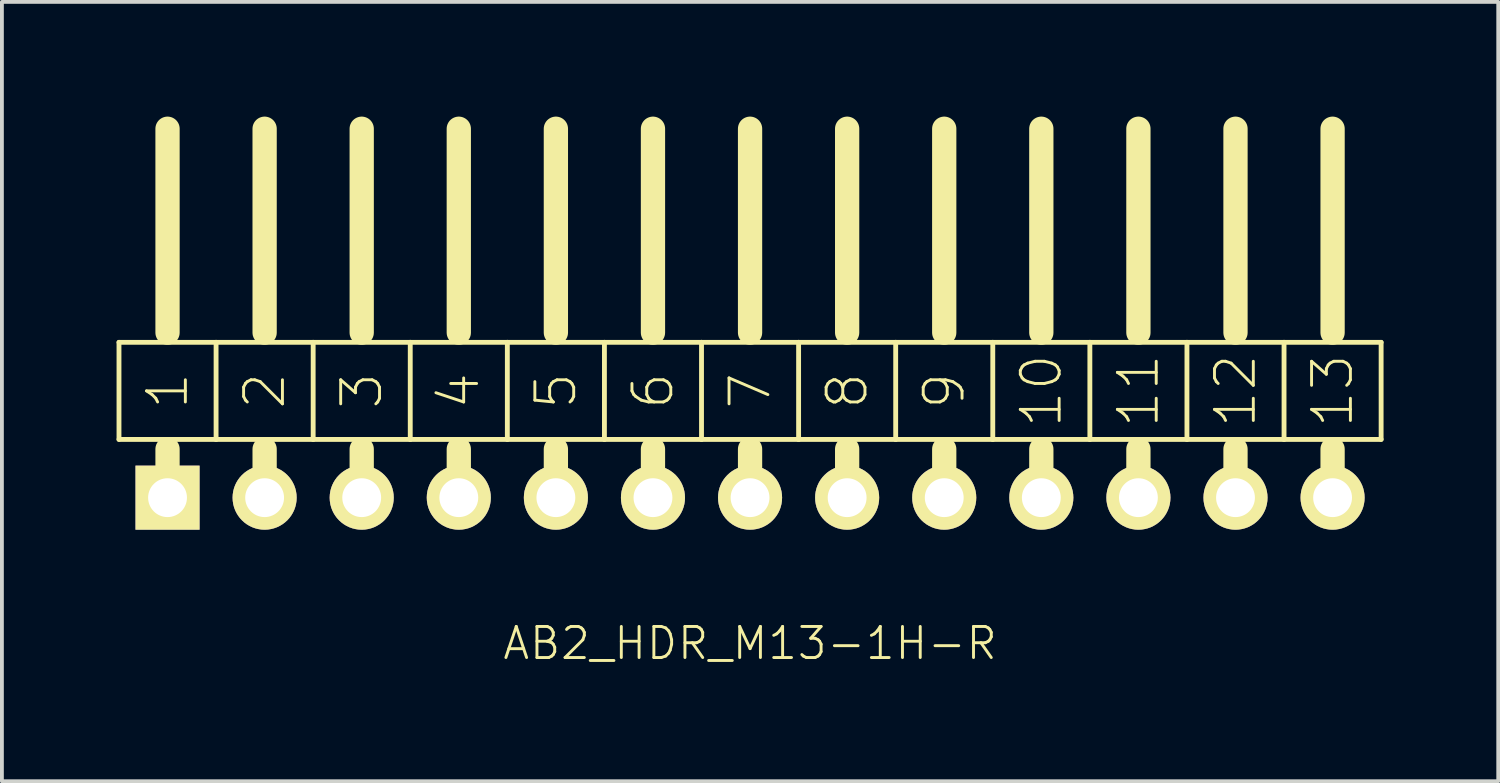
<source format=kicad_pcb>
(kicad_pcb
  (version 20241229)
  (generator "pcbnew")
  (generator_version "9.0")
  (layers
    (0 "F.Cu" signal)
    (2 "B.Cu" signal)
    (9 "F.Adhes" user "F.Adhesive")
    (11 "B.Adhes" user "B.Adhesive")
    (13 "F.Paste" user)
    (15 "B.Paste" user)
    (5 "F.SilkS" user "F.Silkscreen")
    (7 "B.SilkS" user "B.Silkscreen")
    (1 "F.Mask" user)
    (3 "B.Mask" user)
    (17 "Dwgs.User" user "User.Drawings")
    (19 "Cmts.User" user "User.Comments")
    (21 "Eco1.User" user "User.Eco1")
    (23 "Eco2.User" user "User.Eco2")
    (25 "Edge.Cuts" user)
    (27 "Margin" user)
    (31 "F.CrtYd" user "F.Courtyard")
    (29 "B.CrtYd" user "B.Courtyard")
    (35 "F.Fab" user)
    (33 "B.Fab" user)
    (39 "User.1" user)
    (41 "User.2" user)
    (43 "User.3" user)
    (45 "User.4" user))
  (footprint "AB2_HDR_M13-1H-R"
    (layer "F.Cu")
    (at 16.573 9.97)
    (property "Reference" "AB2_HDR_M13-1H-R" (at 0 3.81 0) (layer "F.SilkS") (effects (font (size 0.813 0.813) (thickness 0.076))))
    (attr through_hole)
    (fp_line (start -16.51 -4.064) (end -16.51 -1.524) (stroke (width 0.127) (type solid)) (layer "F.SilkS"))
    (fp_line (start -16.51 -1.524) (end -15.24 -1.524) (stroke (width 0.127) (type solid)) (layer "F.SilkS"))
    (fp_line (start -15.24 -4.318) (end -15.24 -9.652) (stroke (width 0.635) (type solid)) (layer "F.SilkS"))
    (fp_line (start -15.24 -1.524) (end -13.97 -1.524) (stroke (width 0.127) (type solid)) (layer "F.SilkS"))
    (fp_line (start -15.24 -1.27) (end -15.24 0) (stroke (width 0.635) (type solid)) (layer "F.SilkS"))
    (fp_line (start -13.97 -4.064) (end -16.51 -4.064) (stroke (width 0.127) (type solid)) (layer "F.SilkS"))
    (fp_line (start -13.97 -1.524) (end -13.97 -4.064) (stroke (width 0.127) (type solid)) (layer "F.SilkS"))
    (fp_line (start -13.97 -1.524) (end -12.7 -1.524) (stroke (width 0.127) (type solid)) (layer "F.SilkS"))
    (fp_line (start -12.7 -4.318) (end -12.7 -9.652) (stroke (width 0.635) (type solid)) (layer "F.SilkS"))
    (fp_line (start -12.7 -1.524) (end -11.43 -1.524) (stroke (width 0.127) (type solid)) (layer "F.SilkS"))
    (fp_line (start -12.7 -1.27) (end -12.7 0) (stroke (width 0.635) (type solid)) (layer "F.SilkS"))
    (fp_line (start -11.43 -4.064) (end -13.97 -4.064) (stroke (width 0.127) (type solid)) (layer "F.SilkS"))
    (fp_line (start -11.43 -1.524) (end -11.43 -4.064) (stroke (width 0.127) (type solid)) (layer "F.SilkS"))
    (fp_line (start -11.43 -1.524) (end -10.16 -1.524) (stroke (width 0.127) (type solid)) (layer "F.SilkS"))
    (fp_line (start -10.16 -4.318) (end -10.16 -9.652) (stroke (width 0.635) (type solid)) (layer "F.SilkS"))
    (fp_line (start -10.16 -1.524) (end -8.89 -1.524) (stroke (width 0.127) (type solid)) (layer "F.SilkS"))
    (fp_line (start -10.16 -1.27) (end -10.16 0) (stroke (width 0.635) (type solid)) (layer "F.SilkS"))
    (fp_line (start -8.89 -4.064) (end -11.43 -4.064) (stroke (width 0.127) (type solid)) (layer "F.SilkS"))
    (fp_line (start -8.89 -1.524) (end -8.89 -4.064) (stroke (width 0.127) (type solid)) (layer "F.SilkS"))
    (fp_line (start -8.89 -1.524) (end -7.62 -1.524) (stroke (width 0.127) (type solid)) (layer "F.SilkS"))
    (fp_line (start -7.62 -4.318) (end -7.62 -9.652) (stroke (width 0.635) (type solid)) (layer "F.SilkS"))
    (fp_line (start -7.62 -1.524) (end -6.35 -1.524) (stroke (width 0.127) (type solid)) (layer "F.SilkS"))
    (fp_line (start -7.62 -1.27) (end -7.62 0) (stroke (width 0.635) (type solid)) (layer "F.SilkS"))
    (fp_line (start -6.35 -4.064) (end -8.89 -4.064) (stroke (width 0.127) (type solid)) (layer "F.SilkS"))
    (fp_line (start -6.35 -1.524) (end -6.35 -4.064) (stroke (width 0.127) (type solid)) (layer "F.SilkS"))
    (fp_line (start -6.35 -1.524) (end -5.08 -1.524) (stroke (width 0.127) (type solid)) (layer "F.SilkS"))
    (fp_line (start -5.08 -4.318) (end -5.08 -9.652) (stroke (width 0.635) (type solid)) (layer "F.SilkS"))
    (fp_line (start -5.08 -1.524) (end -3.81 -1.524) (stroke (width 0.127) (type solid)) (layer "F.SilkS"))
    (fp_line (start -5.08 -1.27) (end -5.08 0) (stroke (width 0.635) (type solid)) (layer "F.SilkS"))
    (fp_line (start -3.81 -4.064) (end -6.35 -4.064) (stroke (width 0.127) (type solid)) (layer "F.SilkS"))
    (fp_line (start -3.81 -1.524) (end -3.81 -4.064) (stroke (width 0.127) (type solid)) (layer "F.SilkS"))
    (fp_line (start -3.81 -1.524) (end -2.54 -1.524) (stroke (width 0.127) (type solid)) (layer "F.SilkS"))
    (fp_line (start -2.54 -4.318) (end -2.54 -9.652) (stroke (width 0.635) (type solid)) (layer "F.SilkS"))
    (fp_line (start -2.54 -1.524) (end -1.27 -1.524) (stroke (width 0.127) (type solid)) (layer "F.SilkS"))
    (fp_line (start -2.54 -1.27) (end -2.54 0) (stroke (width 0.635) (type solid)) (layer "F.SilkS"))
    (fp_line (start -1.27 -4.064) (end -3.81 -4.064) (stroke (width 0.127) (type solid)) (layer "F.SilkS"))
    (fp_line (start -1.27 -1.524) (end -1.27 -4.064) (stroke (width 0.127) (type solid)) (layer "F.SilkS"))
    (fp_line (start -1.27 -1.524) (end 0 -1.524) (stroke (width 0.127) (type solid)) (layer "F.SilkS"))
    (fp_line (start 0 -4.318) (end 0 -9.652) (stroke (width 0.635) (type solid)) (layer "F.SilkS"))
    (fp_line (start 0 -1.524) (end 1.27 -1.524) (stroke (width 0.127) (type solid)) (layer "F.SilkS"))
    (fp_line (start 0 -1.27) (end 0 0) (stroke (width 0.635) (type solid)) (layer "F.SilkS"))
    (fp_line (start 1.27 -4.064) (end -1.27 -4.064) (stroke (width 0.127) (type solid)) (layer "F.SilkS"))
    (fp_line (start 1.27 -1.524) (end 1.27 -4.064) (stroke (width 0.127) (type solid)) (layer "F.SilkS"))
    (fp_line (start 1.27 -1.524) (end 2.54 -1.524) (stroke (width 0.127) (type solid)) (layer "F.SilkS"))
    (fp_line (start 2.54 -4.318) (end 2.54 -9.652) (stroke (width 0.635) (type solid)) (layer "F.SilkS"))
    (fp_line (start 2.54 -1.524) (end 3.81 -1.524) (stroke (width 0.127) (type solid)) (layer "F.SilkS"))
    (fp_line (start 2.54 -1.27) (end 2.54 0) (stroke (width 0.635) (type solid)) (layer "F.SilkS"))
    (fp_line (start 3.81 -4.064) (end 1.27 -4.064) (stroke (width 0.127) (type solid)) (layer "F.SilkS"))
    (fp_line (start 3.81 -1.524) (end 3.81 -4.064) (stroke (width 0.127) (type solid)) (layer "F.SilkS"))
    (fp_line (start 3.81 -1.524) (end 5.08 -1.524) (stroke (width 0.127) (type solid)) (layer "F.SilkS"))
    (fp_line (start 5.08 -4.318) (end 5.08 -9.652) (stroke (width 0.635) (type solid)) (layer "F.SilkS"))
    (fp_line (start 5.08 -1.524) (end 6.35 -1.524) (stroke (width 0.127) (type solid)) (layer "F.SilkS"))
    (fp_line (start 5.08 -1.27) (end 5.08 0) (stroke (width 0.635) (type solid)) (layer "F.SilkS"))
    (fp_line (start 6.35 -4.064) (end 3.81 -4.064) (stroke (width 0.127) (type solid)) (layer "F.SilkS"))
    (fp_line (start 6.35 -1.524) (end 6.35 -4.064) (stroke (width 0.127) (type solid)) (layer "F.SilkS"))
    (fp_line (start 6.35 -1.524) (end 7.62 -1.524) (stroke (width 0.127) (type solid)) (layer "F.SilkS"))
    (fp_line (start 7.62 -4.318) (end 7.62 -9.652) (stroke (width 0.635) (type solid)) (layer "F.SilkS"))
    (fp_line (start 7.62 -1.524) (end 8.89 -1.524) (stroke (width 0.127) (type solid)) (layer "F.SilkS"))
    (fp_line (start 7.62 -1.27) (end 7.62 0) (stroke (width 0.635) (type solid)) (layer "F.SilkS"))
    (fp_line (start 8.89 -4.064) (end 6.35 -4.064) (stroke (width 0.127) (type solid)) (layer "F.SilkS"))
    (fp_line (start 8.89 -1.524) (end 8.89 -4.064) (stroke (width 0.127) (type solid)) (layer "F.SilkS"))
    (fp_line (start 8.89 -1.524) (end 10.16 -1.524) (stroke (width 0.127) (type solid)) (layer "F.SilkS"))
    (fp_line (start 10.16 -4.318) (end 10.16 -9.652) (stroke (width 0.635) (type solid)) (layer "F.SilkS"))
    (fp_line (start 10.16 -1.524) (end 11.43 -1.524) (stroke (width 0.127) (type solid)) (layer "F.SilkS"))
    (fp_line (start 10.16 -1.27) (end 10.16 0) (stroke (width 0.635) (type solid)) (layer "F.SilkS"))
    (fp_line (start 11.43 -4.064) (end 8.89 -4.064) (stroke (width 0.127) (type solid)) (layer "F.SilkS"))
    (fp_line (start 11.43 -1.524) (end 11.43 -4.064) (stroke (width 0.127) (type solid)) (layer "F.SilkS"))
    (fp_line (start 11.43 -1.524) (end 12.7 -1.524) (stroke (width 0.127) (type solid)) (layer "F.SilkS"))
    (fp_line (start 12.7 -4.318) (end 12.7 -9.652) (stroke (width 0.635) (type solid)) (layer "F.SilkS"))
    (fp_line (start 12.7 -1.524) (end 13.97 -1.524) (stroke (width 0.127) (type solid)) (layer "F.SilkS"))
    (fp_line (start 12.7 -1.27) (end 12.7 0) (stroke (width 0.635) (type solid)) (layer "F.SilkS"))
    (fp_line (start 13.97 -4.064) (end 11.43 -4.064) (stroke (width 0.127) (type solid)) (layer "F.SilkS"))
    (fp_line (start 13.97 -1.524) (end 13.97 -4.064) (stroke (width 0.127) (type solid)) (layer "F.SilkS"))
    (fp_line (start 13.97 -1.524) (end 15.24 -1.524) (stroke (width 0.127) (type solid)) (layer "F.SilkS"))
    (fp_line (start 15.24 -4.318) (end 15.24 -9.652) (stroke (width 0.635) (type solid)) (layer "F.SilkS"))
    (fp_line (start 15.24 -1.524) (end 16.51 -1.524) (stroke (width 0.127) (type solid)) (layer "F.SilkS"))
    (fp_line (start 15.24 -1.27) (end 15.24 0) (stroke (width 0.635) (type solid)) (layer "F.SilkS"))
    (fp_line (start 16.51 -4.064) (end 13.97 -4.064) (stroke (width 0.127) (type solid)) (layer "F.SilkS"))
    (fp_line (start 16.51 -1.524) (end 16.51 -4.064) (stroke (width 0.127) (type solid)) (layer "F.SilkS"))
    (fp_text user "12" (at 12.7 -2.794 90) (layer "F.SilkS") (effects (font (size 1.016 1.016) (thickness 0.076))))
    (fp_text user "7" (at 0 -2.794 90) (layer "F.SilkS") (effects (font (size 1.016 1.016) (thickness 0.076))))
    (fp_text user "9" (at 5.08 -2.794 90) (layer "F.SilkS") (effects (font (size 1.016 1.016) (thickness 0.076))))
    (fp_text user "13" (at 15.24 -2.794 90) (layer "F.SilkS") (effects (font (size 1.016 1.016) (thickness 0.076))))
    (fp_text user "3" (at -10.16 -2.794 90) (layer "F.SilkS") (effects (font (size 1.016 1.016) (thickness 0.076))))
    (fp_text user "2" (at -12.7 -2.794 90) (layer "F.SilkS") (effects (font (size 1.016 1.016) (thickness 0.076))))
    (fp_text user "8" (at 2.54 -2.794 90) (layer "F.SilkS") (effects (font (size 1.016 1.016) (thickness 0.076))))
    (fp_text user "5" (at -5.08 -2.794 90) (layer "F.SilkS") (effects (font (size 1.016 1.016) (thickness 0.076))))
    (fp_text user "6" (at -2.54 -2.794 90) (layer "F.SilkS") (effects (font (size 1.016 1.016) (thickness 0.076))))
    (fp_text user "1" (at -15.24 -2.794 270) (layer "F.SilkS") (effects (font (size 1.016 1.016) (thickness 0.076))))
    (fp_text user "11" (at 10.16 -2.794 90) (layer "F.SilkS") (effects (font (size 1.016 1.016) (thickness 0.076))))
    (fp_text user "4" (at -7.62 -2.794 90) (layer "F.SilkS") (effects (font (size 1.016 1.016) (thickness 0.076))))
    (fp_text user "10" (at 7.62 -2.794 90) (layer "F.SilkS") (effects (font (size 1.016 1.016) (thickness 0.076))))
    (pad "1" thru_hole rect (at -15.24 0) (size 1.676 1.676) (drill 1.016) (layers "*.Cu" "*.Mask" "F.SilkS"))
    (pad "2" thru_hole circle (at -12.7 0) (size 1.676 1.676) (drill 1.016) (layers "*.Cu" "*.Mask" "F.SilkS"))
    (pad "3" thru_hole circle (at -10.16 0) (size 1.676 1.676) (drill 1.016) (layers "*.Cu" "*.Mask" "F.SilkS"))
    (pad "4" thru_hole circle (at -7.62 0) (size 1.676 1.676) (drill 1.016) (layers "*.Cu" "*.Mask" "F.SilkS"))
    (pad "5" thru_hole circle (at -5.08 0) (size 1.676 1.676) (drill 1.016) (layers "*.Cu" "*.Mask" "F.SilkS"))
    (pad "6" thru_hole circle (at -2.54 0) (size 1.676 1.676) (drill 1.016) (layers "*.Cu" "*.Mask" "F.SilkS"))
    (pad "7" thru_hole circle (at 0 0) (size 1.676 1.676) (drill 1.016) (layers "*.Cu" "*.Mask" "F.SilkS"))
    (pad "8" thru_hole circle (at 2.54 0) (size 1.676 1.676) (drill 1.016) (layers "*.Cu" "*.Mask" "F.SilkS"))
    (pad "9" thru_hole circle (at 5.08 0) (size 1.676 1.676) (drill 1.016) (layers "*.Cu" "*.Mask" "F.SilkS"))
    (pad "10" thru_hole circle (at 7.62 0) (size 1.676 1.676) (drill 1.016) (layers "*.Cu" "*.Mask" "F.SilkS"))
    (pad "11" thru_hole circle (at 10.16 0) (size 1.676 1.676) (drill 1.016) (layers "*.Cu" "*.Mask" "F.SilkS"))
    (pad "12" thru_hole circle (at 12.7 0) (size 1.676 1.676) (drill 1.016) (layers "*.Cu" "*.Mask" "F.SilkS"))
    (pad "13" thru_hole circle (at 15.24 0) (size 1.676 1.676) (drill 1.016) (layers "*.Cu" "*.Mask" "F.SilkS")))
  (gr_rect
    (start -3 -3)
    (end 36.147 17.389)
    (stroke (width 0.1) (type default))
    (fill no)
    (layer "Edge.Cuts")))
</source>
